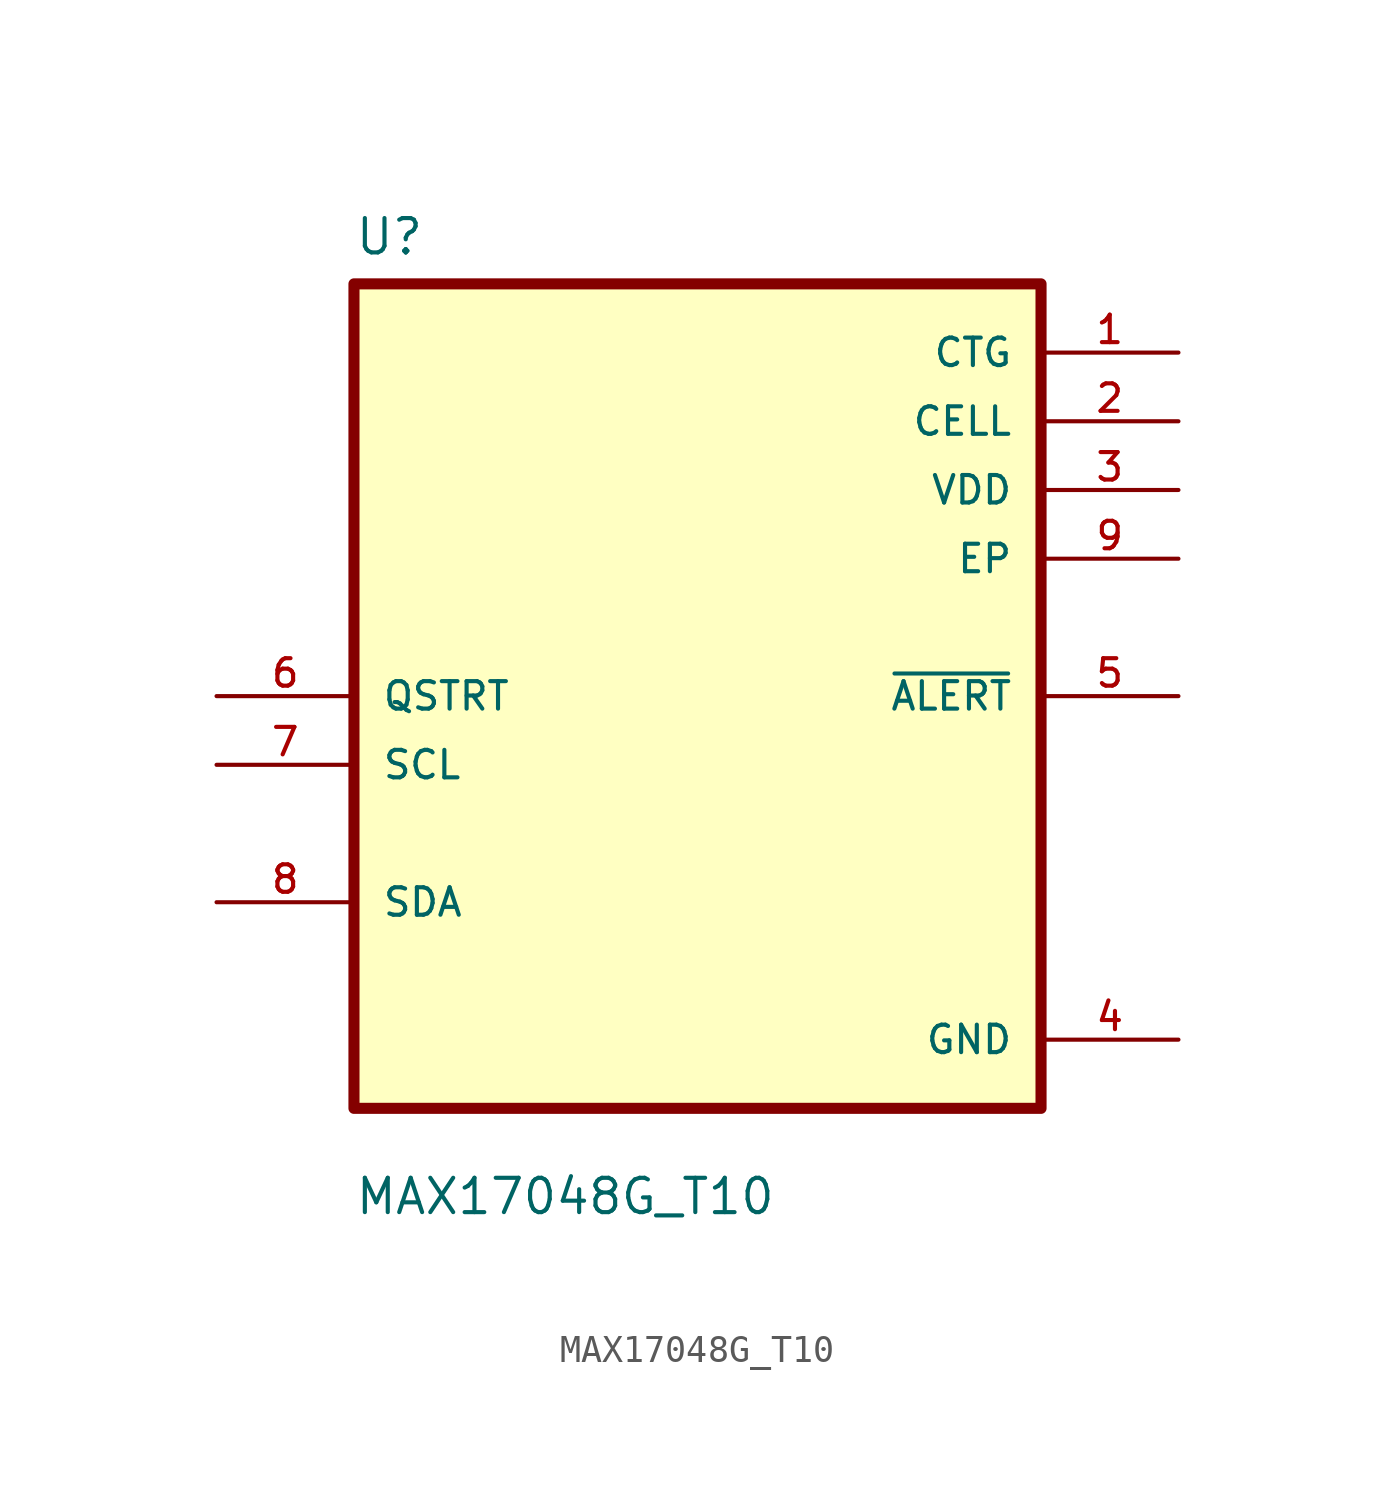
<source format=kicad_sym>
(kicad_symbol_lib
  (version 20211014)
  (generator kicad_symbol_editor)
  (symbol "MAX17048G_T10"
    (pin_names
      (offset 1.016))
    (property "Reference" "U"
      (at -12.7 16.24 0.0)
      (effects (font (size 1.27 1.27)) (justify bottom left)))
    (property "Value" "MAX17048G_T10"
      (at -12.7 -19.24 0.0)
      (effects (font (size 1.27 1.27)) (justify bottom left)))
    (symbol "MAX17048G_T10_0_0"
      (rectangle (start -12.7 -15.24) (end 12.7 15.24) (stroke (width 0.41)) (fill (type background)))
      (pin input line (at -17.78 0.0 0) (length 5.08) (name "QSTRT" (effects (font (size 1.016 1.016)))) (number "6" (effects (font (size 1.016 1.016)))))
      (pin input line (at -17.78 -2.54 0) (length 5.08) (name "SCL" (effects (font (size 1.016 1.016)))) (number "7" (effects (font (size 1.016 1.016)))))
      (pin bidirectional line (at -17.78 -7.62 0) (length 5.08) (name "SDA" (effects (font (size 1.016 1.016)))) (number "8" (effects (font (size 1.016 1.016)))))
      (pin power_in line (at 17.78 12.7 180.0) (length 5.08) (name "CTG" (effects (font (size 1.016 1.016)))) (number "1" (effects (font (size 1.016 1.016)))))
      (pin power_in line (at 17.78 10.16 180.0) (length 5.08) (name "CELL" (effects (font (size 1.016 1.016)))) (number "2" (effects (font (size 1.016 1.016)))))
      (pin power_in line (at 17.78 7.62 180.0) (length 5.08) (name "VDD" (effects (font (size 1.016 1.016)))) (number "3" (effects (font (size 1.016 1.016)))))
      (pin power_in line (at 17.78 5.08 180.0) (length 5.08) (name "EP" (effects (font (size 1.016 1.016)))) (number "9" (effects (font (size 1.016 1.016)))))
      (pin output line (at 17.78 0.0 180.0) (length 5.08) (name "~{ALERT}" (effects (font (size 1.016 1.016)))) (number "5" (effects (font (size 1.016 1.016)))))
      (pin power_in line (at 17.78 -12.7 180.0) (length 5.08) (name "GND" (effects (font (size 1.016 1.016)))) (number "4" (effects (font (size 1.016 1.016))))))))
</source>
